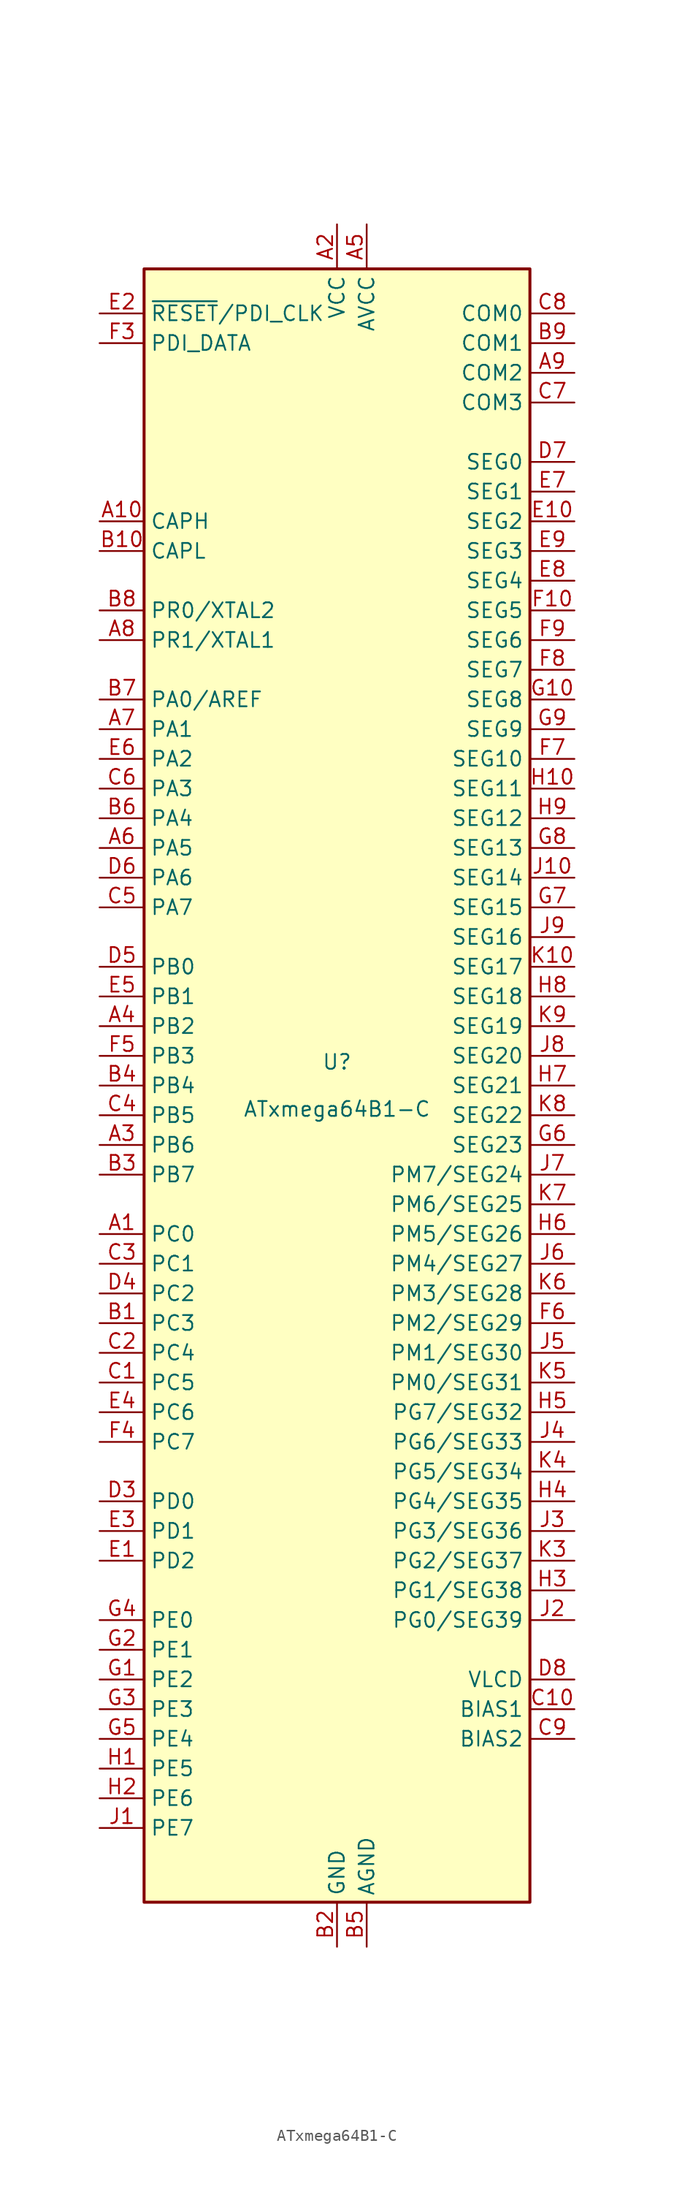
<source format=kicad_sym>
(kicad_symbol_lib
  (version 20201005)
  (generator kicad_symbol_editor)
  (symbol "MCU_Microchip_ATmega:ATxmega64B1-C"
    (property "Reference" "U"
      (at 0 1.27 0)
      (effects (font (size 1.27 1.27)) (justify bottom)))
    (property "Value" "ATxmega64B1-C"
      (at 0 -1.27 0)
      (effects (font (size 1.27 1.27)) (justify top)))
    (symbol "ATxmega64B1-C_0_1"
      (rectangle (start -16.51 -69.85) (end 16.51 69.85) (stroke (width 0.254)) (fill (type background))))
    (symbol "ATxmega64B1-C_1_1"
      (pin bidirectional line (at -20.32 -12.7 0) (length 3.81) (name "PC0" (effects (font (size 1.27 1.27)))) (number "A1" (effects (font (size 1.27 1.27)))))
      (pin passive line (at -20.32 48.26 0) (length 3.81) (name "CAPH" (effects (font (size 1.27 1.27)))) (number "A10" (effects (font (size 1.27 1.27)))))
      (pin power_in line (at 0 73.66 270) (length 3.81) (name "VCC" (effects (font (size 1.27 1.27)))) (number "A2" (effects (font (size 1.27 1.27)))))
      (pin bidirectional line (at -20.32 -5.08 0) (length 3.81) (name "PB6" (effects (font (size 1.27 1.27)))) (number "A3" (effects (font (size 1.27 1.27)))))
      (pin bidirectional line (at -20.32 5.08 0) (length 3.81) (name "PB2" (effects (font (size 1.27 1.27)))) (number "A4" (effects (font (size 1.27 1.27)))))
      (pin power_in line (at 2.54 73.66 270) (length 3.81) (name "AVCC" (effects (font (size 1.27 1.27)))) (number "A5" (effects (font (size 1.27 1.27)))))
      (pin bidirectional line (at -20.32 20.32 0) (length 3.81) (name "PA5" (effects (font (size 1.27 1.27)))) (number "A6" (effects (font (size 1.27 1.27)))))
      (pin bidirectional line (at -20.32 30.48 0) (length 3.81) (name "PA1" (effects (font (size 1.27 1.27)))) (number "A7" (effects (font (size 1.27 1.27)))))
      (pin bidirectional line (at -20.32 38.1 0) (length 3.81) (name "PR1/XTAL1" (effects (font (size 1.27 1.27)))) (number "A8" (effects (font (size 1.27 1.27)))))
      (pin output line (at 20.32 60.96 180) (length 3.81) (name "COM2" (effects (font (size 1.27 1.27)))) (number "A9" (effects (font (size 1.27 1.27)))))
      (pin bidirectional line (at -20.32 -20.32 0) (length 3.81) (name "PC3" (effects (font (size 1.27 1.27)))) (number "B1" (effects (font (size 1.27 1.27)))))
      (pin passive line (at -20.32 45.72 0) (length 3.81) (name "CAPL" (effects (font (size 1.27 1.27)))) (number "B10" (effects (font (size 1.27 1.27)))))
      (pin power_in line (at 0 -73.66 90) (length 3.81) (name "GND" (effects (font (size 1.27 1.27)))) (number "B2" (effects (font (size 1.27 1.27)))))
      (pin bidirectional line (at -20.32 -7.62 0) (length 3.81) (name "PB7" (effects (font (size 1.27 1.27)))) (number "B3" (effects (font (size 1.27 1.27)))))
      (pin bidirectional line (at -20.32 0 0) (length 3.81) (name "PB4" (effects (font (size 1.27 1.27)))) (number "B4" (effects (font (size 1.27 1.27)))))
      (pin power_in line (at 2.54 -73.66 90) (length 3.81) (name "AGND" (effects (font (size 1.27 1.27)))) (number "B5" (effects (font (size 1.27 1.27)))))
      (pin bidirectional line (at -20.32 22.86 0) (length 3.81) (name "PA4" (effects (font (size 1.27 1.27)))) (number "B6" (effects (font (size 1.27 1.27)))))
      (pin bidirectional line (at -20.32 33.02 0) (length 3.81) (name "PA0/AREF" (effects (font (size 1.27 1.27)))) (number "B7" (effects (font (size 1.27 1.27)))))
      (pin bidirectional line (at -20.32 40.64 0) (length 3.81) (name "PR0/XTAL2" (effects (font (size 1.27 1.27)))) (number "B8" (effects (font (size 1.27 1.27)))))
      (pin output line (at 20.32 63.5 180) (length 3.81) (name "COM1" (effects (font (size 1.27 1.27)))) (number "B9" (effects (font (size 1.27 1.27)))))
      (pin bidirectional line (at -20.32 -25.4 0) (length 3.81) (name "PC5" (effects (font (size 1.27 1.27)))) (number "C1" (effects (font (size 1.27 1.27)))))
      (pin power_out line (at 20.32 -53.34 180) (length 3.81) (name "BIAS1" (effects (font (size 1.27 1.27)))) (number "C10" (effects (font (size 1.27 1.27)))))
      (pin bidirectional line (at -20.32 -22.86 0) (length 3.81) (name "PC4" (effects (font (size 1.27 1.27)))) (number "C2" (effects (font (size 1.27 1.27)))))
      (pin bidirectional line (at -20.32 -15.24 0) (length 3.81) (name "PC1" (effects (font (size 1.27 1.27)))) (number "C3" (effects (font (size 1.27 1.27)))))
      (pin bidirectional line (at -20.32 -2.54 0) (length 3.81) (name "PB5" (effects (font (size 1.27 1.27)))) (number "C4" (effects (font (size 1.27 1.27)))))
      (pin bidirectional line (at -20.32 15.24 0) (length 3.81) (name "PA7" (effects (font (size 1.27 1.27)))) (number "C5" (effects (font (size 1.27 1.27)))))
      (pin bidirectional line (at -20.32 25.4 0) (length 3.81) (name "PA3" (effects (font (size 1.27 1.27)))) (number "C6" (effects (font (size 1.27 1.27)))))
      (pin output line (at 20.32 58.42 180) (length 3.81) (name "COM3" (effects (font (size 1.27 1.27)))) (number "C7" (effects (font (size 1.27 1.27)))))
      (pin output line (at 20.32 66.04 180) (length 3.81) (name "COM0" (effects (font (size 1.27 1.27)))) (number "C8" (effects (font (size 1.27 1.27)))))
      (pin power_out line (at 20.32 -55.88 180) (length 3.81) (name "BIAS2" (effects (font (size 1.27 1.27)))) (number "C9" (effects (font (size 1.27 1.27)))))
      (pin passive line (at 0 73.66 270) (length 3.81) hide (name "VCC" (effects (font (size 1.27 1.27)))) (number "D1" (effects (font (size 1.27 1.27)))))
      (pin passive line (at 0 73.66 270) (length 3.81) hide (name "VCC" (effects (font (size 1.27 1.27)))) (number "D10" (effects (font (size 1.27 1.27)))))
      (pin passive line (at 0 -73.66 90) (length 3.81) hide (name "GND" (effects (font (size 1.27 1.27)))) (number "D2" (effects (font (size 1.27 1.27)))))
      (pin bidirectional line (at -20.32 -35.56 0) (length 3.81) (name "PD0" (effects (font (size 1.27 1.27)))) (number "D3" (effects (font (size 1.27 1.27)))))
      (pin bidirectional line (at -20.32 -17.78 0) (length 3.81) (name "PC2" (effects (font (size 1.27 1.27)))) (number "D4" (effects (font (size 1.27 1.27)))))
      (pin bidirectional line (at -20.32 10.16 0) (length 3.81) (name "PB0" (effects (font (size 1.27 1.27)))) (number "D5" (effects (font (size 1.27 1.27)))))
      (pin bidirectional line (at -20.32 17.78 0) (length 3.81) (name "PA6" (effects (font (size 1.27 1.27)))) (number "D6" (effects (font (size 1.27 1.27)))))
      (pin output line (at 20.32 53.34 180) (length 3.81) (name "SEG0" (effects (font (size 1.27 1.27)))) (number "D7" (effects (font (size 1.27 1.27)))))
      (pin power_out line (at 20.32 -50.8 180) (length 3.81) (name "VLCD" (effects (font (size 1.27 1.27)))) (number "D8" (effects (font (size 1.27 1.27)))))
      (pin passive line (at 0 -73.66 90) (length 3.81) hide (name "GND" (effects (font (size 1.27 1.27)))) (number "D9" (effects (font (size 1.27 1.27)))))
      (pin bidirectional line (at -20.32 -40.64 0) (length 3.81) (name "PD2" (effects (font (size 1.27 1.27)))) (number "E1" (effects (font (size 1.27 1.27)))))
      (pin output line (at 20.32 48.26 180) (length 3.81) (name "SEG2" (effects (font (size 1.27 1.27)))) (number "E10" (effects (font (size 1.27 1.27)))))
      (pin input line (at -20.32 66.04 0) (length 3.81) (name "~RESET~/PDI_CLK" (effects (font (size 1.27 1.27)))) (number "E2" (effects (font (size 1.27 1.27)))))
      (pin bidirectional line (at -20.32 -38.1 0) (length 3.81) (name "PD1" (effects (font (size 1.27 1.27)))) (number "E3" (effects (font (size 1.27 1.27)))))
      (pin bidirectional line (at -20.32 -27.94 0) (length 3.81) (name "PC6" (effects (font (size 1.27 1.27)))) (number "E4" (effects (font (size 1.27 1.27)))))
      (pin bidirectional line (at -20.32 7.62 0) (length 3.81) (name "PB1" (effects (font (size 1.27 1.27)))) (number "E5" (effects (font (size 1.27 1.27)))))
      (pin bidirectional line (at -20.32 27.94 0) (length 3.81) (name "PA2" (effects (font (size 1.27 1.27)))) (number "E6" (effects (font (size 1.27 1.27)))))
      (pin output line (at 20.32 50.8 180) (length 3.81) (name "SEG1" (effects (font (size 1.27 1.27)))) (number "E7" (effects (font (size 1.27 1.27)))))
      (pin output line (at 20.32 43.18 180) (length 3.81) (name "SEG4" (effects (font (size 1.27 1.27)))) (number "E8" (effects (font (size 1.27 1.27)))))
      (pin output line (at 20.32 45.72 180) (length 3.81) (name "SEG3" (effects (font (size 1.27 1.27)))) (number "E9" (effects (font (size 1.27 1.27)))))
      (pin passive line (at 0 73.66 270) (length 3.81) hide (name "VCC" (effects (font (size 1.27 1.27)))) (number "F1" (effects (font (size 1.27 1.27)))))
      (pin output line (at 20.32 40.64 180) (length 3.81) (name "SEG5" (effects (font (size 1.27 1.27)))) (number "F10" (effects (font (size 1.27 1.27)))))
      (pin passive line (at 0 -73.66 90) (length 3.81) hide (name "GND" (effects (font (size 1.27 1.27)))) (number "F2" (effects (font (size 1.27 1.27)))))
      (pin bidirectional line (at -20.32 63.5 0) (length 3.81) (name "PDI_DATA" (effects (font (size 1.27 1.27)))) (number "F3" (effects (font (size 1.27 1.27)))))
      (pin bidirectional line (at -20.32 -30.48 0) (length 3.81) (name "PC7" (effects (font (size 1.27 1.27)))) (number "F4" (effects (font (size 1.27 1.27)))))
      (pin bidirectional line (at -20.32 2.54 0) (length 3.81) (name "PB3" (effects (font (size 1.27 1.27)))) (number "F5" (effects (font (size 1.27 1.27)))))
      (pin bidirectional line (at 20.32 -20.32 180) (length 3.81) (name "PM2/SEG29" (effects (font (size 1.27 1.27)))) (number "F6" (effects (font (size 1.27 1.27)))))
      (pin output line (at 20.32 27.94 180) (length 3.81) (name "SEG10" (effects (font (size 1.27 1.27)))) (number "F7" (effects (font (size 1.27 1.27)))))
      (pin output line (at 20.32 35.56 180) (length 3.81) (name "SEG7" (effects (font (size 1.27 1.27)))) (number "F8" (effects (font (size 1.27 1.27)))))
      (pin output line (at 20.32 38.1 180) (length 3.81) (name "SEG6" (effects (font (size 1.27 1.27)))) (number "F9" (effects (font (size 1.27 1.27)))))
      (pin bidirectional line (at -20.32 -50.8 0) (length 3.81) (name "PE2" (effects (font (size 1.27 1.27)))) (number "G1" (effects (font (size 1.27 1.27)))))
      (pin output line (at 20.32 33.02 180) (length 3.81) (name "SEG8" (effects (font (size 1.27 1.27)))) (number "G10" (effects (font (size 1.27 1.27)))))
      (pin bidirectional line (at -20.32 -48.26 0) (length 3.81) (name "PE1" (effects (font (size 1.27 1.27)))) (number "G2" (effects (font (size 1.27 1.27)))))
      (pin bidirectional line (at -20.32 -53.34 0) (length 3.81) (name "PE3" (effects (font (size 1.27 1.27)))) (number "G3" (effects (font (size 1.27 1.27)))))
      (pin bidirectional line (at -20.32 -45.72 0) (length 3.81) (name "PE0" (effects (font (size 1.27 1.27)))) (number "G4" (effects (font (size 1.27 1.27)))))
      (pin bidirectional line (at -20.32 -55.88 0) (length 3.81) (name "PE4" (effects (font (size 1.27 1.27)))) (number "G5" (effects (font (size 1.27 1.27)))))
      (pin output line (at 20.32 -5.08 180) (length 3.81) (name "SEG23" (effects (font (size 1.27 1.27)))) (number "G6" (effects (font (size 1.27 1.27)))))
      (pin output line (at 20.32 15.24 180) (length 3.81) (name "SEG15" (effects (font (size 1.27 1.27)))) (number "G7" (effects (font (size 1.27 1.27)))))
      (pin output line (at 20.32 20.32 180) (length 3.81) (name "SEG13" (effects (font (size 1.27 1.27)))) (number "G8" (effects (font (size 1.27 1.27)))))
      (pin output line (at 20.32 30.48 180) (length 3.81) (name "SEG9" (effects (font (size 1.27 1.27)))) (number "G9" (effects (font (size 1.27 1.27)))))
      (pin bidirectional line (at -20.32 -58.42 0) (length 3.81) (name "PE5" (effects (font (size 1.27 1.27)))) (number "H1" (effects (font (size 1.27 1.27)))))
      (pin output line (at 20.32 25.4 180) (length 3.81) (name "SEG11" (effects (font (size 1.27 1.27)))) (number "H10" (effects (font (size 1.27 1.27)))))
      (pin bidirectional line (at -20.32 -60.96 0) (length 3.81) (name "PE6" (effects (font (size 1.27 1.27)))) (number "H2" (effects (font (size 1.27 1.27)))))
      (pin bidirectional line (at 20.32 -43.18 180) (length 3.81) (name "PG1/SEG38" (effects (font (size 1.27 1.27)))) (number "H3" (effects (font (size 1.27 1.27)))))
      (pin bidirectional line (at 20.32 -35.56 180) (length 3.81) (name "PG4/SEG35" (effects (font (size 1.27 1.27)))) (number "H4" (effects (font (size 1.27 1.27)))))
      (pin bidirectional line (at 20.32 -27.94 180) (length 3.81) (name "PG7/SEG32" (effects (font (size 1.27 1.27)))) (number "H5" (effects (font (size 1.27 1.27)))))
      (pin bidirectional line (at 20.32 -12.7 180) (length 3.81) (name "PM5/SEG26" (effects (font (size 1.27 1.27)))) (number "H6" (effects (font (size 1.27 1.27)))))
      (pin output line (at 20.32 0 180) (length 3.81) (name "SEG21" (effects (font (size 1.27 1.27)))) (number "H7" (effects (font (size 1.27 1.27)))))
      (pin output line (at 20.32 7.62 180) (length 3.81) (name "SEG18" (effects (font (size 1.27 1.27)))) (number "H8" (effects (font (size 1.27 1.27)))))
      (pin output line (at 20.32 22.86 180) (length 3.81) (name "SEG12" (effects (font (size 1.27 1.27)))) (number "H9" (effects (font (size 1.27 1.27)))))
      (pin bidirectional line (at -20.32 -63.5 0) (length 3.81) (name "PE7" (effects (font (size 1.27 1.27)))) (number "J1" (effects (font (size 1.27 1.27)))))
      (pin output line (at 20.32 17.78 180) (length 3.81) (name "SEG14" (effects (font (size 1.27 1.27)))) (number "J10" (effects (font (size 1.27 1.27)))))
      (pin bidirectional line (at 20.32 -45.72 180) (length 3.81) (name "PG0/SEG39" (effects (font (size 1.27 1.27)))) (number "J2" (effects (font (size 1.27 1.27)))))
      (pin bidirectional line (at 20.32 -38.1 180) (length 3.81) (name "PG3/SEG36" (effects (font (size 1.27 1.27)))) (number "J3" (effects (font (size 1.27 1.27)))))
      (pin bidirectional line (at 20.32 -30.48 180) (length 3.81) (name "PG6/SEG33" (effects (font (size 1.27 1.27)))) (number "J4" (effects (font (size 1.27 1.27)))))
      (pin bidirectional line (at 20.32 -22.86 180) (length 3.81) (name "PM1/SEG30" (effects (font (size 1.27 1.27)))) (number "J5" (effects (font (size 1.27 1.27)))))
      (pin bidirectional line (at 20.32 -15.24 180) (length 3.81) (name "PM4/SEG27" (effects (font (size 1.27 1.27)))) (number "J6" (effects (font (size 1.27 1.27)))))
      (pin bidirectional line (at 20.32 -7.62 180) (length 3.81) (name "PM7/SEG24" (effects (font (size 1.27 1.27)))) (number "J7" (effects (font (size 1.27 1.27)))))
      (pin output line (at 20.32 2.54 180) (length 3.81) (name "SEG20" (effects (font (size 1.27 1.27)))) (number "J8" (effects (font (size 1.27 1.27)))))
      (pin output line (at 20.32 12.7 180) (length 3.81) (name "SEG16" (effects (font (size 1.27 1.27)))) (number "J9" (effects (font (size 1.27 1.27)))))
      (pin passive line (at 0 -73.66 90) (length 3.81) hide (name "GND" (effects (font (size 1.27 1.27)))) (number "K1" (effects (font (size 1.27 1.27)))))
      (pin output line (at 20.32 10.16 180) (length 3.81) (name "SEG17" (effects (font (size 1.27 1.27)))) (number "K10" (effects (font (size 1.27 1.27)))))
      (pin passive line (at 0 73.66 270) (length 3.81) hide (name "VCC" (effects (font (size 1.27 1.27)))) (number "K2" (effects (font (size 1.27 1.27)))))
      (pin bidirectional line (at 20.32 -40.64 180) (length 3.81) (name "PG2/SEG37" (effects (font (size 1.27 1.27)))) (number "K3" (effects (font (size 1.27 1.27)))))
      (pin bidirectional line (at 20.32 -33.02 180) (length 3.81) (name "PG5/SEG34" (effects (font (size 1.27 1.27)))) (number "K4" (effects (font (size 1.27 1.27)))))
      (pin bidirectional line (at 20.32 -25.4 180) (length 3.81) (name "PM0/SEG31" (effects (font (size 1.27 1.27)))) (number "K5" (effects (font (size 1.27 1.27)))))
      (pin bidirectional line (at 20.32 -17.78 180) (length 3.81) (name "PM3/SEG28" (effects (font (size 1.27 1.27)))) (number "K6" (effects (font (size 1.27 1.27)))))
      (pin bidirectional line (at 20.32 -10.16 180) (length 3.81) (name "PM6/SEG25" (effects (font (size 1.27 1.27)))) (number "K7" (effects (font (size 1.27 1.27)))))
      (pin output line (at 20.32 -2.54 180) (length 3.81) (name "SEG22" (effects (font (size 1.27 1.27)))) (number "K8" (effects (font (size 1.27 1.27)))))
      (pin output line (at 20.32 5.08 180) (length 3.81) (name "SEG19" (effects (font (size 1.27 1.27)))) (number "K9" (effects (font (size 1.27 1.27))))))))
</source>
